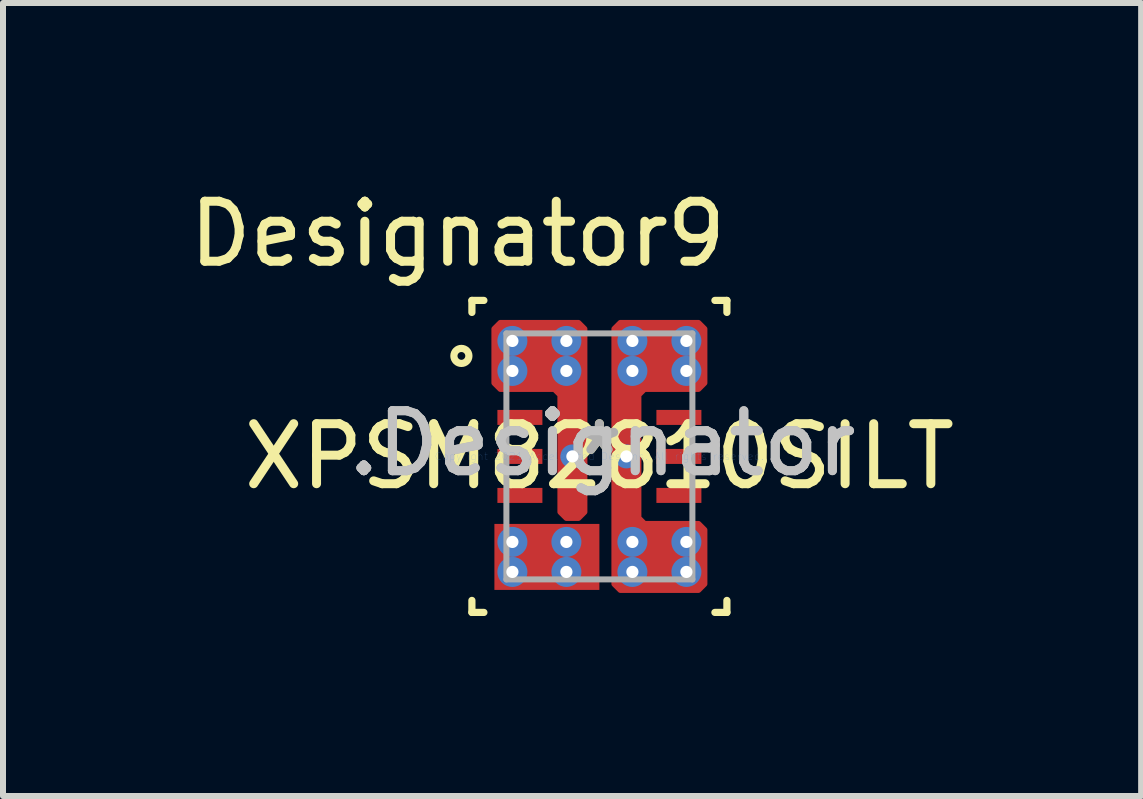
<source format=kicad_pcb>
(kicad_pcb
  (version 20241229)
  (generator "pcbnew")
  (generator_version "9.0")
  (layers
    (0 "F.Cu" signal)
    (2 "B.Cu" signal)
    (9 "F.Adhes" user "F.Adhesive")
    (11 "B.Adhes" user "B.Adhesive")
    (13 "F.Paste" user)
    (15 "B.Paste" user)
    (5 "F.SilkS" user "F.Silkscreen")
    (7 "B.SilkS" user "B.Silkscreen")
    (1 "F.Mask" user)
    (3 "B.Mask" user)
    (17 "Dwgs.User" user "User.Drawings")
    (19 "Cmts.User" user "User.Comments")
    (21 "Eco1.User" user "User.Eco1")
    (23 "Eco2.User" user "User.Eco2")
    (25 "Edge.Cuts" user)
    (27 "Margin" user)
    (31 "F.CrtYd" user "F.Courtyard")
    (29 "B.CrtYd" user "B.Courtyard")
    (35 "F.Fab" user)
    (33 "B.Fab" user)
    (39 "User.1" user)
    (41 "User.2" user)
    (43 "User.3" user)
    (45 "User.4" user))
  (footprint "XPSM82810SILT"
    (layer "F.Cu")
    (at 6.94 4.557)
    (property "Reference" "XPSM82810SILT" (at 0 0 0) (layer "F.SilkS") (effects (font (size 1 1) (thickness 0.15))))
    (attr through_hole)
    (fp_poly (pts (xy -1.75 -1.225) (xy -1.75 -2.125) (xy -1.65 -2.225) (xy -0.35 -2.225) (xy -0.25 -2.125) (xy -0.25 0.925) (xy -0.35 1.025) (xy -0.55 1.025) (xy -0.65 0.925) (xy -0.65 -1.025) (xy -0.75 -1.125) (xy -1.65 -1.125)) (stroke (width 0.1) (type solid)) (fill yes) (layer "F.Cu"))
    (fp_poly (pts (xy 0.25 -2.125) (xy 0.35 -2.225) (xy 1.65 -2.225) (xy 1.75 -2.125) (xy 1.75 -1.225) (xy 1.65 -1.125) (xy 0.75 -1.125) (xy 0.65 -1.025) (xy 0.65 1.025) (xy 0.75 1.125) (xy 1.65 1.125) (xy 1.75 1.225) (xy 1.75 2.125) (xy 1.65 2.225) (xy 0.35 2.225) (xy 0.25 2.125)) (stroke (width 0.1) (type solid)) (fill yes) (layer "F.Cu"))
    (fp_poly (pts (xy -1.65 -1.175) (xy -1.7 -1.225) (xy -1.7 -2.125) (xy -1.65 -2.175) (xy -0.35 -2.175) (xy -0.3 -2.125) (xy -0.3 -1.225) (xy -0.35 -1.175)) (stroke (width 0.1) (type solid)) (fill yes) (layer "F.Mask"))
    (fp_poly (pts (xy -0.6 0.225) (xy -0.55 0.175) (xy -0.35 0.175) (xy -0.3 0.225) (xy -0.3 0.925) (xy -0.35 0.975) (xy -0.55 0.975) (xy -0.6 0.925)) (stroke (width 0.1) (type solid)) (fill yes) (layer "F.Mask"))
    (fp_poly (pts (xy -0.35 -0.175) (xy -0.55 -0.175) (xy -0.6 -0.225) (xy -0.6 -0.925) (xy -0.55 -0.975) (xy -0.35 -0.975) (xy -0.3 -0.925) (xy -0.3 -0.225)) (stroke (width 0.1) (type solid)) (fill yes) (layer "F.Mask"))
    (fp_poly (pts (xy -0.3 1.225) (xy -0.3 2.125) (xy -0.35 2.175) (xy -1.65 2.175) (xy -1.7 2.125) (xy -1.7 1.225) (xy -1.65 1.175) (xy -0.35 1.175)) (stroke (width 0.1) (type solid)) (fill yes) (layer "F.Mask"))
    (fp_poly (pts (xy 0.3 -0.925) (xy 0.35 -0.975) (xy 0.55 -0.975) (xy 0.6 -0.925) (xy 0.6 -0.225) (xy 0.55 -0.175) (xy 0.35 -0.175) (xy 0.3 -0.225)) (stroke (width 0.1) (type solid)) (fill yes) (layer "F.Mask"))
    (fp_poly (pts (xy 0.35 0.175) (xy 0.55 0.175) (xy 0.6 0.225) (xy 0.6 0.925) (xy 0.55 0.975) (xy 0.35 0.975) (xy 0.3 0.925) (xy 0.3 0.225)) (stroke (width 0.1) (type solid)) (fill yes) (layer "F.Mask"))
    (fp_poly (pts (xy 1.7 -1.225) (xy 1.65 -1.175) (xy 0.35 -1.175) (xy 0.3 -1.225) (xy 0.3 -2.125) (xy 0.35 -2.175) (xy 1.65 -2.175) (xy 1.7 -2.125)) (stroke (width 0.1) (type solid)) (fill yes) (layer "F.Mask"))
    (fp_poly (pts (xy 1.7 2.125) (xy 1.65 2.175) (xy 0.35 2.175) (xy 0.3 2.125) (xy 0.3 1.225) (xy 0.35 1.175) (xy 1.65 1.175) (xy 1.7 1.225)) (stroke (width 0.1) (type solid)) (fill yes) (layer "F.Mask"))
    (fp_line (start -2.125 -2.6) (end -1.925 -2.6) (stroke (width 0.12) (type solid)) (layer "F.SilkS"))
    (fp_line (start -2.125 -2.4) (end -2.125 -2.6) (stroke (width 0.12) (type solid)) (layer "F.SilkS"))
    (fp_line (start -2.125 2.6) (end -2.125 2.4) (stroke (width 0.12) (type solid)) (layer "F.SilkS"))
    (fp_line (start -2.125 2.6) (end -1.925 2.6) (stroke (width 0.12) (type solid)) (layer "F.SilkS"))
    (fp_line (start 1.925 -2.6) (end 2.125 -2.6) (stroke (width 0.12) (type solid)) (layer "F.SilkS"))
    (fp_line (start 1.925 2.6) (end 2.125 2.6) (stroke (width 0.12) (type solid)) (layer "F.SilkS"))
    (fp_line (start 2.125 -2.4) (end 2.125 -2.6) (stroke (width 0.12) (type solid)) (layer "F.SilkS"))
    (fp_line (start 2.125 2.6) (end 2.125 2.4) (stroke (width 0.12) (type solid)) (layer "F.SilkS"))
    (fp_circle (center -2.3 -1.675) (end -2.175 -1.675) (stroke (width 0.12) (type solid)) (fill no) (layer "F.SilkS"))
    (fp_poly (pts (xy -1.65 -1.175) (xy -1.7 -1.225) (xy -1.7 -2.125) (xy -1.65 -2.175) (xy -0.35 -2.175) (xy -0.3 -2.125) (xy -0.3 -1.225) (xy -0.35 -1.175)) (stroke (width 0.1) (type solid)) (fill yes) (layer "F.Paste"))
    (fp_poly (pts (xy -0.6 0.225) (xy -0.55 0.175) (xy -0.35 0.175) (xy -0.3 0.225) (xy -0.3 0.925) (xy -0.35 0.975) (xy -0.55 0.975) (xy -0.6 0.925)) (stroke (width 0.1) (type solid)) (fill yes) (layer "F.Paste"))
    (fp_poly (pts (xy -0.35 -0.175) (xy -0.55 -0.175) (xy -0.6 -0.225) (xy -0.6 -0.925) (xy -0.55 -0.975) (xy -0.35 -0.975) (xy -0.3 -0.925) (xy -0.3 -0.225)) (stroke (width 0.1) (type solid)) (fill yes) (layer "F.Paste"))
    (fp_poly (pts (xy -0.3 1.225) (xy -0.3 2.125) (xy -0.35 2.175) (xy -1.65 2.175) (xy -1.7 2.125) (xy -1.7 1.225) (xy -1.65 1.175) (xy -0.35 1.175)) (stroke (width 0.1) (type solid)) (fill yes) (layer "F.Paste"))
    (fp_poly (pts (xy 0.3 -0.925) (xy 0.35 -0.975) (xy 0.55 -0.975) (xy 0.6 -0.925) (xy 0.6 -0.225) (xy 0.55 -0.175) (xy 0.35 -0.175) (xy 0.3 -0.225)) (stroke (width 0.1) (type solid)) (fill yes) (layer "F.Paste"))
    (fp_poly (pts (xy 0.35 0.175) (xy 0.55 0.175) (xy 0.6 0.225) (xy 0.6 0.925) (xy 0.55 0.975) (xy 0.35 0.975) (xy 0.3 0.925) (xy 0.3 0.225)) (stroke (width 0.1) (type solid)) (fill yes) (layer "F.Paste"))
    (fp_poly (pts (xy 1.7 -1.225) (xy 1.65 -1.175) (xy 0.35 -1.175) (xy 0.3 -1.225) (xy 0.3 -2.125) (xy 0.35 -2.175) (xy 1.65 -2.175) (xy 1.7 -2.125)) (stroke (width 0.1) (type solid)) (fill yes) (layer "F.Paste"))
    (fp_poly (pts (xy 1.7 2.125) (xy 1.65 2.175) (xy 0.35 2.175) (xy 0.3 2.125) (xy 0.3 1.225) (xy 0.35 1.175) (xy 1.65 1.175) (xy 1.7 1.225)) (stroke (width 0.1) (type solid)) (fill yes) (layer "F.Paste"))
    (fp_line (start -1.55 -2.05) (end 1.55 -2.05) (stroke (width 0.1) (type solid)) (layer "F.Fab"))
    (fp_line (start -1.55 2.05) (end -1.55 -2.05) (stroke (width 0.1) (type solid)) (layer "F.Fab"))
    (fp_line (start -1.55 2.05) (end 1.55 2.05) (stroke (width 0.1) (type solid)) (layer "F.Fab"))
    (fp_line (start 1.55 2.05) (end 1.55 -2.05) (stroke (width 0.1) (type solid)) (layer "F.Fab"))
    (fp_text user "*" (at 0 0 0) (layer "F.SilkS") (effects (font (size 1 1) (thickness 0.15))))
    (fp_text user "Designator9" (at -2.362 -3.708 0) (layer "F.SilkS") (effects (font (size 1 1) (thickness 0.15))))
    (fp_text user ".Designator" (at 0.05 -0.217 0) (layer "Dwgs.User") (effects (font (size 1 1) (thickness 0.15))))
    (fp_text user "Copyright 2021 Accelerated Designs. All rights reserved." (at 0 0 0) (layer "Cmts.User") (effects (font (size 0.127 0.127) (thickness 0.002))))
    (fp_text user "*" (at 0 0 0) (layer "F.Fab") (effects (font (size 1 1) (thickness 0.15))))
    (fp_text user ".Designator" (at 0.05 -0.217 0) (layer "F.Fab") (effects (font (size 1 1) (thickness 0.15))))
    (pad "1" smd rect (at -0.875 -1.55) (size 1.15 0.75) (layers "F.Cu"))
    (pad "2" smd rect (at -1.325 -0.65) (size 0.75 0.25) (layers "F.Cu" "F.Mask" "F.Paste"))
    (pad "3" smd rect (at -1.325 0) (size 0.75 0.25) (layers "F.Cu" "F.Mask" "F.Paste"))
    (pad "4" smd rect (at -1.325 0.65) (size 0.75 0.25) (layers "F.Cu" "F.Mask" "F.Paste"))
    (pad "5" smd rect (at -0.875 1.675) (size 1.75 1.1) (layers "F.Cu"))
    (pad "6" smd rect (at 0.875 1.55) (size 1.15 0.75) (layers "F.Cu"))
    (pad "7" smd rect (at 1.325 0.65) (size 0.75 0.25) (layers "F.Cu" "F.Mask" "F.Paste"))
    (pad "8" smd rect (at 1.325 0) (size 0.75 0.25) (layers "F.Cu" "F.Mask" "F.Paste"))
    (pad "9" smd rect (at 1.325 -0.65) (size 0.75 0.25) (layers "F.Cu" "F.Mask" "F.Paste"))
    (pad "10" smd rect (at 0.875 -1.55) (size 1.15 0.75) (layers "F.Cu"))
    (pad "11" smd rect (at -0.45 -0.575) (size 0.3 0.8) (layers "F.Cu"))
    (pad "12" smd rect (at -0.45 0.575) (size 0.3 0.8) (layers "F.Cu"))
    (pad "13" smd rect (at 0.45 0.575) (size 0.3 0.8) (layers "F.Cu"))
    (pad "14" smd rect (at 0.45 -0.575) (size 0.3 0.8) (layers "F.Cu"))
    (pad "15" thru_hole circle (at -1.45 -1.925) (size 0.5 0.5) (drill 0.203) (layers "*.Cu" "*.Mask"))
    (pad "16" thru_hole circle (at -0.55 -1.925) (size 0.5 0.5) (drill 0.203) (layers "*.Cu" "*.Mask"))
    (pad "17" thru_hole circle (at -1.45 -1.425) (size 0.5 0.5) (drill 0.203) (layers "*.Cu" "*.Mask"))
    (pad "18" thru_hole circle (at -0.55 -1.425) (size 0.5 0.5) (drill 0.203) (layers "*.Cu" "*.Mask"))
    (pad "19" thru_hole circle (at 0.55 -1.925) (size 0.5 0.5) (drill 0.203) (layers "*.Cu" "*.Mask"))
    (pad "20" thru_hole circle (at 1.45 -1.925) (size 0.5 0.5) (drill 0.203) (layers "*.Cu" "*.Mask"))
    (pad "21" thru_hole circle (at 0.55 -1.425) (size 0.5 0.5) (drill 0.203) (layers "*.Cu" "*.Mask"))
    (pad "22" thru_hole circle (at 1.45 -1.425) (size 0.5 0.5) (drill 0.203) (layers "*.Cu" "*.Mask"))
    (pad "23" thru_hole circle (at -1.45 1.425) (size 0.5 0.5) (drill 0.203) (layers "*.Cu" "*.Mask"))
    (pad "24" thru_hole circle (at -0.55 1.425) (size 0.5 0.5) (drill 0.203) (layers "*.Cu" "*.Mask"))
    (pad "25" thru_hole circle (at -1.45 1.925) (size 0.5 0.5) (drill 0.203) (layers "*.Cu" "*.Mask"))
    (pad "26" thru_hole circle (at -0.55 1.925) (size 0.5 0.5) (drill 0.203) (layers "*.Cu" "*.Mask"))
    (pad "27" thru_hole circle (at 0.55 1.425) (size 0.5 0.5) (drill 0.203) (layers "*.Cu" "*.Mask"))
    (pad "28" thru_hole circle (at 1.45 1.425) (size 0.5 0.5) (drill 0.203) (layers "*.Cu" "*.Mask"))
    (pad "29" thru_hole circle (at 0.55 1.925) (size 0.5 0.5) (drill 0.203) (layers "*.Cu" "*.Mask"))
    (pad "30" thru_hole circle (at 1.45 1.925) (size 0.5 0.5) (drill 0.203) (layers "*.Cu" "*.Mask"))
    (pad "31" thru_hole circle (at -0.45 0) (size 0.4 0.4) (drill 0.203) (layers "*.Cu" "*.Mask"))
    (pad "32" thru_hole circle (at 0.45 0) (size 0.4 0.4) (drill 0.203) (layers "*.Cu" "*.Mask")))
  (gr_rect
    (start -3 -3)
    (end 15.969 10.217)
    (stroke (width 0.1) (type default))
    (fill no)
    (layer "Edge.Cuts")))
</source>
